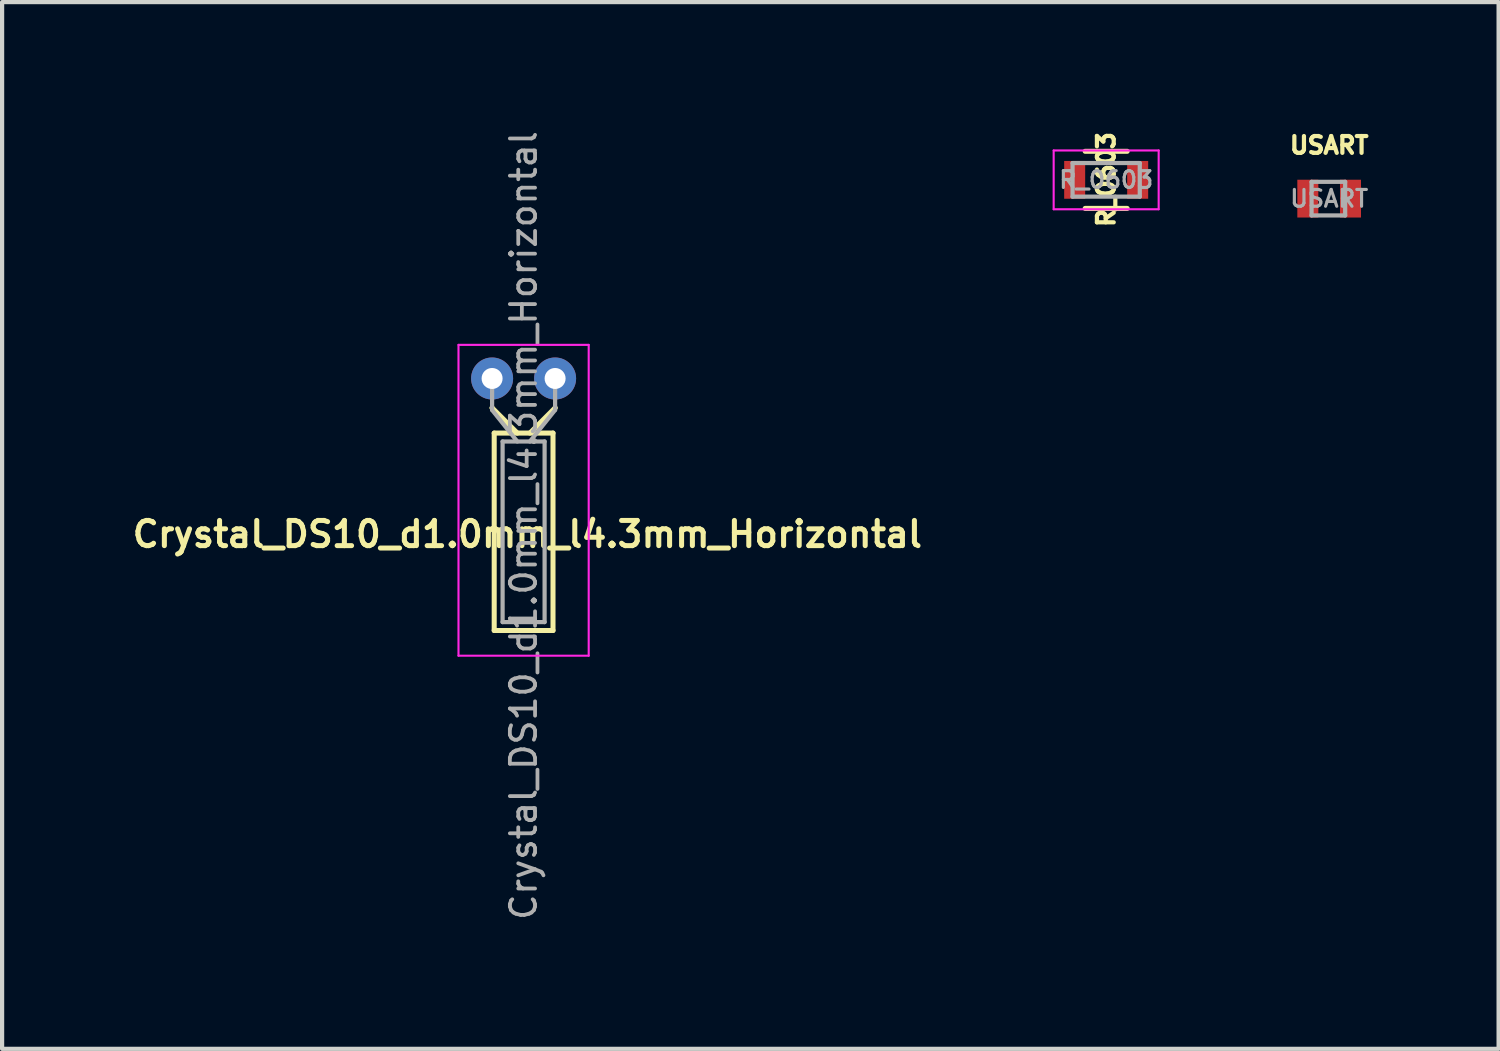
<source format=kicad_pcb>
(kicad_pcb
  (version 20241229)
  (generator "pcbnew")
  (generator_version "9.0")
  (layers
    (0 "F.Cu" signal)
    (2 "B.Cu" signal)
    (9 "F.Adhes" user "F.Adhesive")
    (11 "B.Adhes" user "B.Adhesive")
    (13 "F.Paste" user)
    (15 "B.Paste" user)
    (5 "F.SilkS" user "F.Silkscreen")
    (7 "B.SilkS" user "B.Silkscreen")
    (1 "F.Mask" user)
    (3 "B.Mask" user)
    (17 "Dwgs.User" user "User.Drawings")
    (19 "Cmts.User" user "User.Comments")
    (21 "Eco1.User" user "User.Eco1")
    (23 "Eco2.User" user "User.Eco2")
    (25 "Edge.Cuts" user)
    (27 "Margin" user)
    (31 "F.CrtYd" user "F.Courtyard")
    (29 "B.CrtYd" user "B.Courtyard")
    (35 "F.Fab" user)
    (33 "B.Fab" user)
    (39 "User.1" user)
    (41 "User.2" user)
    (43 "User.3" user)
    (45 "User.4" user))
  (footprint "R_0603"
    (layer "F.Cu")
    (at 23.286 1.232)
    (property "Reference" "R_0603" (at 0 -0.008 270) (layer "F.SilkS") (effects (font (size 0.4 0.4) (thickness 0.1))))
    (attr smd)
    (fp_line (start -0.5 -0.68) (end 0.5 -0.68) (stroke (width 0.12) (type solid)) (layer "F.SilkS"))
    (fp_line (start 0.5 0.68) (end -0.5 0.68) (stroke (width 0.12) (type solid)) (layer "F.SilkS"))
    (fp_line (start -1.25 -0.7) (end -1.25 0.7) (stroke (width 0.05) (type solid)) (layer "F.CrtYd"))
    (fp_line (start -1.25 -0.7) (end 1.25 -0.7) (stroke (width 0.05) (type solid)) (layer "F.CrtYd"))
    (fp_line (start 1.25 0.7) (end -1.25 0.7) (stroke (width 0.05) (type solid)) (layer "F.CrtYd"))
    (fp_line (start 1.25 0.7) (end 1.25 -0.7) (stroke (width 0.05) (type solid)) (layer "F.CrtYd"))
    (fp_line (start -0.8 -0.4) (end 0.8 -0.4) (stroke (width 0.1) (type solid)) (layer "F.Fab"))
    (fp_line (start -0.8 0.4) (end -0.8 -0.4) (stroke (width 0.1) (type solid)) (layer "F.Fab"))
    (fp_line (start 0.8 -0.4) (end 0.8 0.4) (stroke (width 0.1) (type solid)) (layer "F.Fab"))
    (fp_line (start 0.8 0.4) (end -0.8 0.4) (stroke (width 0.1) (type solid)) (layer "F.Fab"))
    (fp_text user "${REFERENCE}" (at 0 0 0) (layer "F.Fab") (effects (font (size 0.4 0.4) (thickness 0.075))))
    (pad "1" smd rect (at -0.75 0) (size 0.5 0.9) (layers "F.Cu" "F.Mask" "F.Paste"))
    (pad "2" smd rect (at 0.75 0) (size 0.5 0.9) (layers "F.Cu" "F.Mask" "F.Paste")))
  (footprint "USART"
    (layer "F.Cu")
    (at 28.595 1.679)
    (property "Reference" "USART" (at 0 -1.27 0) (layer "F.SilkS") (effects (font (size 0.4 0.4) (thickness 0.1))))
    (attr smd)
    (fp_line (start -0.419 -0.4) (end 0.381 -0.4) (stroke (width 0.1) (type solid)) (layer "F.Fab"))
    (fp_line (start -0.419 0.4) (end -0.419 -0.4) (stroke (width 0.1) (type solid)) (layer "F.Fab"))
    (fp_line (start 0.381 -0.4) (end 0.381 0.4) (stroke (width 0.1) (type solid)) (layer "F.Fab"))
    (fp_line (start 0.381 0.4) (end -0.419 0.4) (stroke (width 0.1) (type solid)) (layer "F.Fab"))
    (fp_text user "${REFERENCE}" (at 0 0 0) (layer "F.Fab") (effects (font (size 0.4 0.4) (thickness 0.075))))
    (pad "1" smd rect (at -0.508 0) (size 0.5 0.9) (layers "F.Cu" "F.Mask" "F.Paste"))
    (pad "2" smd rect (at 0.508 0) (size 0.5 0.9) (layers "F.Cu" "F.Mask" "F.Paste")))
  (footprint "Crystal_DS10_d1.0mm_l4.3mm_Horizontal"
    (layer "F.Cu")
    (at 8.666 5.961)
    (property "Reference" "Crystal_DS10_d1.0mm_l4.3mm_Horizontal" (at 0.84 3.708 0) (layer "F.SilkS") (effects (font (size 0.6 0.6) (thickness 0.12))))
    (attr through_hole)
    (fp_line (start 0 0.7) (end 0 0.7) (stroke (width 0.12) (type solid)) (layer "F.SilkS"))
    (fp_line (start 0.05 1.3) (end 0.05 6) (stroke (width 0.12) (type solid)) (layer "F.SilkS"))
    (fp_line (start 0.05 6) (end 1.45 6) (stroke (width 0.12) (type solid)) (layer "F.SilkS"))
    (fp_line (start 0.6 1.3) (end 0 0.7) (stroke (width 0.12) (type solid)) (layer "F.SilkS"))
    (fp_line (start 0.9 1.3) (end 1.5 0.7) (stroke (width 0.12) (type solid)) (layer "F.SilkS"))
    (fp_line (start 1.45 1.3) (end 0.05 1.3) (stroke (width 0.12) (type solid)) (layer "F.SilkS"))
    (fp_line (start 1.45 6) (end 1.45 1.3) (stroke (width 0.12) (type solid)) (layer "F.SilkS"))
    (fp_line (start 1.5 0.7) (end 1.5 0.7) (stroke (width 0.12) (type solid)) (layer "F.SilkS"))
    (fp_line (start -0.8 -0.8) (end -0.8 6.6) (stroke (width 0.05) (type solid)) (layer "F.CrtYd"))
    (fp_line (start -0.8 6.6) (end 2.3 6.6) (stroke (width 0.05) (type solid)) (layer "F.CrtYd"))
    (fp_line (start 2.3 -0.8) (end -0.8 -0.8) (stroke (width 0.05) (type solid)) (layer "F.CrtYd"))
    (fp_line (start 2.3 6.6) (end 2.3 -0.8) (stroke (width 0.05) (type solid)) (layer "F.CrtYd"))
    (fp_line (start 0 0.75) (end 0 0) (stroke (width 0.1) (type solid)) (layer "F.Fab"))
    (fp_line (start 0.25 1.5) (end 0.25 5.8) (stroke (width 0.1) (type solid)) (layer "F.Fab"))
    (fp_line (start 0.25 5.8) (end 1.25 5.8) (stroke (width 0.1) (type solid)) (layer "F.Fab"))
    (fp_line (start 0.6 1.5) (end 0 0.75) (stroke (width 0.1) (type solid)) (layer "F.Fab"))
    (fp_line (start 0.9 1.5) (end 1.5 0.75) (stroke (width 0.1) (type solid)) (layer "F.Fab"))
    (fp_line (start 1.25 1.5) (end 0.25 1.5) (stroke (width 0.1) (type solid)) (layer "F.Fab"))
    (fp_line (start 1.25 5.8) (end 1.25 1.5) (stroke (width 0.1) (type solid)) (layer "F.Fab"))
    (fp_line (start 1.5 0.75) (end 1.5 0) (stroke (width 0.1) (type solid)) (layer "F.Fab"))
    (fp_text user "${REFERENCE}" (at 0.75 3.5 90) (layer "F.Fab") (effects (font (size 0.6 0.6) (thickness 0.09))))
    (pad "1" thru_hole circle (at 0 0) (size 1 1) (drill 0.5) (layers "*.Cu" "*.Mask"))
    (pad "2" thru_hole circle (at 1.5 0) (size 1 1) (drill 0.5) (layers "*.Cu" "*.Mask")))
  (gr_rect
    (start -3 -3)
    (end 32.629 21.921)
    (stroke (width 0.1) (type default))
    (fill no)
    (layer "Edge.Cuts")))
</source>
